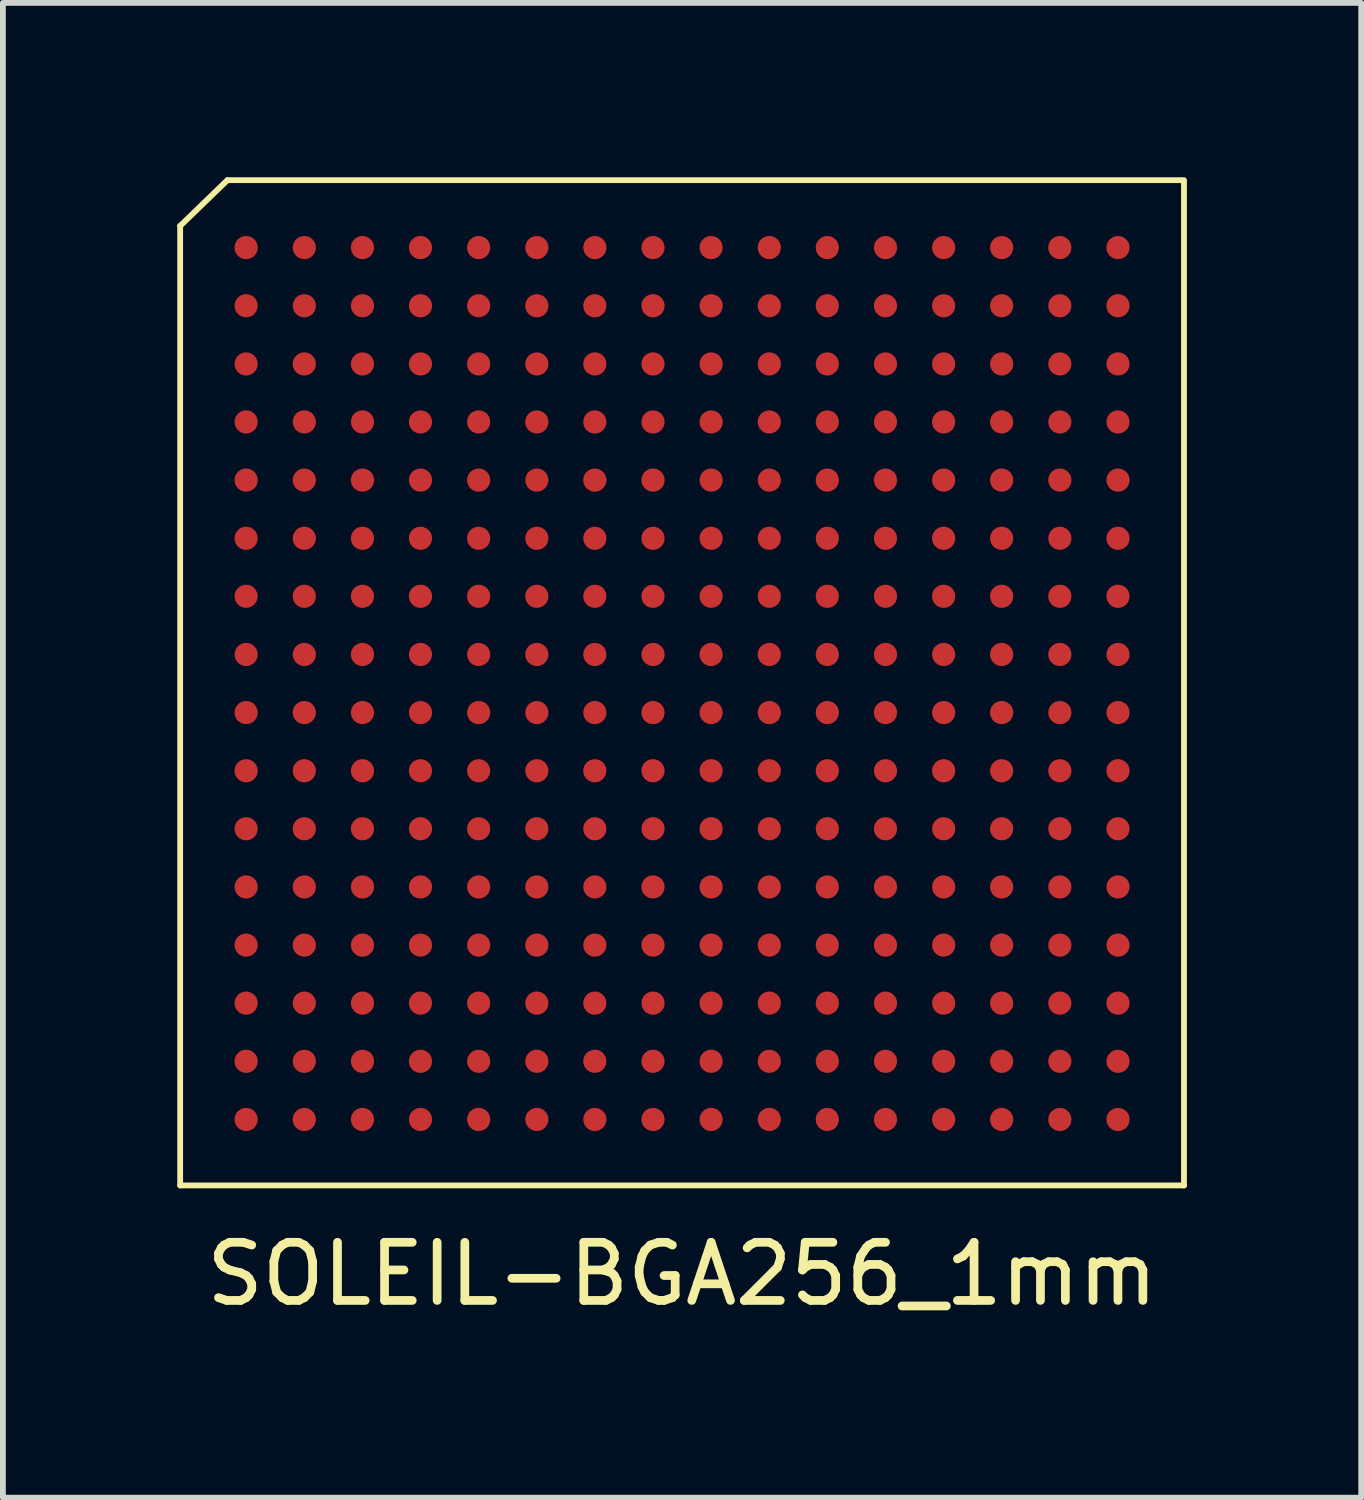
<source format=kicad_pcb>
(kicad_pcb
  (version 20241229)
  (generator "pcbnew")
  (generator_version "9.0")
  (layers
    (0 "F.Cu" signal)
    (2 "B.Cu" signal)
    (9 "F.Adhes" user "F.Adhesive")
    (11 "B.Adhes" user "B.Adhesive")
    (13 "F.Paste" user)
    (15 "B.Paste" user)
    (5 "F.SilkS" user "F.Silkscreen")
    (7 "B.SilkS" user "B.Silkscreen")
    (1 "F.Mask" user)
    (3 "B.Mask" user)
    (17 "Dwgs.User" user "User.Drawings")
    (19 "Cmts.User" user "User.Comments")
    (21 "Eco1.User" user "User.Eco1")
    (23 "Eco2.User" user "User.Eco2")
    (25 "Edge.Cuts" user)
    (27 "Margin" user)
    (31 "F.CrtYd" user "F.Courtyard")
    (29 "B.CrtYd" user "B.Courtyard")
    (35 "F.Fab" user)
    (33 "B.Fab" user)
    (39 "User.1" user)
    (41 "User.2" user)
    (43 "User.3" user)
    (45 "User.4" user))
  (footprint "SOLEIL-BGA256_1mm"
    (layer "F.Cu")
    (at 8.686 8.711)
    (property "Reference" "SOLEIL-BGA256_1mm" (at 0 10.16 0) (layer "F.SilkS") (effects (font (size 1 1) (thickness 0.15))))
    (attr smd)
    (fp_line (start -8.636 -7.874) (end -8.636 8.636) (stroke (width 0.1) (type solid)) (layer "F.SilkS"))
    (fp_line (start -7.823 -8.661) (end -8.636 -7.874) (stroke (width 0.1) (type solid)) (layer "F.SilkS"))
    (fp_line (start 8.636 -8.661) (end -7.823 -8.661) (stroke (width 0.1) (type solid)) (layer "F.SilkS"))
    (fp_line (start 8.636 -8.636) (end 8.636 8.636) (stroke (width 0.1) (type solid)) (layer "F.SilkS"))
    (fp_line (start 8.636 8.636) (end -8.636 8.636) (stroke (width 0.1) (type solid)) (layer "F.SilkS"))
    (pad "A1" smd circle (at -7.501 -7.501) (size 0.399 0.399) (layers "F.Cu" "F.Mask" "F.Paste"))
    (pad "A2" smd circle (at -6.5 -7.501) (size 0.399 0.399) (layers "F.Cu" "F.Mask" "F.Paste"))
    (pad "A3" smd circle (at -5.499 -7.501) (size 0.399 0.399) (layers "F.Cu" "F.Mask" "F.Paste"))
    (pad "A4" smd circle (at -4.501 -7.501) (size 0.399 0.399) (layers "F.Cu" "F.Mask" "F.Paste"))
    (pad "A5" smd circle (at -3.5 -7.501) (size 0.399 0.399) (layers "F.Cu" "F.Mask" "F.Paste"))
    (pad "A6" smd circle (at -2.499 -7.501) (size 0.399 0.399) (layers "F.Cu" "F.Mask" "F.Paste"))
    (pad "A7" smd circle (at -1.501 -7.501) (size 0.399 0.399) (layers "F.Cu" "F.Mask" "F.Paste"))
    (pad "A8" smd circle (at -0.5 -7.501) (size 0.399 0.399) (layers "F.Cu" "F.Mask" "F.Paste"))
    (pad "A9" smd circle (at 0.5 -7.501) (size 0.399 0.399) (layers "F.Cu" "F.Mask" "F.Paste"))
    (pad "A10" smd circle (at 1.501 -7.501) (size 0.399 0.399) (layers "F.Cu" "F.Mask" "F.Paste"))
    (pad "A11" smd circle (at 2.499 -7.501) (size 0.399 0.399) (layers "F.Cu" "F.Mask" "F.Paste"))
    (pad "A12" smd circle (at 3.5 -7.501) (size 0.399 0.399) (layers "F.Cu" "F.Mask" "F.Paste"))
    (pad "A13" smd circle (at 4.501 -7.501) (size 0.399 0.399) (layers "F.Cu" "F.Mask" "F.Paste"))
    (pad "A14" smd circle (at 5.499 -7.501) (size 0.399 0.399) (layers "F.Cu" "F.Mask" "F.Paste"))
    (pad "A15" smd circle (at 6.5 -7.501) (size 0.399 0.399) (layers "F.Cu" "F.Mask" "F.Paste"))
    (pad "A16" smd circle (at 7.501 -7.501) (size 0.399 0.399) (layers "F.Cu" "F.Mask" "F.Paste"))
    (pad "B1" smd circle (at -7.501 -6.5) (size 0.399 0.399) (layers "F.Cu" "F.Mask" "F.Paste"))
    (pad "B2" smd circle (at -6.5 -6.5) (size 0.399 0.399) (layers "F.Cu" "F.Mask" "F.Paste"))
    (pad "B3" smd circle (at -5.499 -6.5) (size 0.399 0.399) (layers "F.Cu" "F.Mask" "F.Paste"))
    (pad "B4" smd circle (at -4.501 -6.5) (size 0.399 0.399) (layers "F.Cu" "F.Mask" "F.Paste"))
    (pad "B5" smd circle (at -3.5 -6.5) (size 0.399 0.399) (layers "F.Cu" "F.Mask" "F.Paste"))
    (pad "B6" smd circle (at -2.499 -6.5) (size 0.399 0.399) (layers "F.Cu" "F.Mask" "F.Paste"))
    (pad "B7" smd circle (at -1.501 -6.5) (size 0.399 0.399) (layers "F.Cu" "F.Mask" "F.Paste"))
    (pad "B8" smd circle (at -0.5 -6.5) (size 0.399 0.399) (layers "F.Cu" "F.Mask" "F.Paste"))
    (pad "B9" smd circle (at 0.5 -6.5) (size 0.399 0.399) (layers "F.Cu" "F.Mask" "F.Paste"))
    (pad "B10" smd circle (at 1.501 -6.5) (size 0.399 0.399) (layers "F.Cu" "F.Mask" "F.Paste"))
    (pad "B11" smd circle (at 2.499 -6.5) (size 0.399 0.399) (layers "F.Cu" "F.Mask" "F.Paste"))
    (pad "B12" smd circle (at 3.5 -6.5) (size 0.399 0.399) (layers "F.Cu" "F.Mask" "F.Paste"))
    (pad "B13" smd circle (at 4.501 -6.5) (size 0.399 0.399) (layers "F.Cu" "F.Mask" "F.Paste"))
    (pad "B14" smd circle (at 5.499 -6.5) (size 0.399 0.399) (layers "F.Cu" "F.Mask" "F.Paste"))
    (pad "B15" smd circle (at 6.5 -6.5) (size 0.399 0.399) (layers "F.Cu" "F.Mask" "F.Paste"))
    (pad "B16" smd circle (at 7.501 -6.5) (size 0.399 0.399) (layers "F.Cu" "F.Mask" "F.Paste"))
    (pad "C1" smd circle (at -7.501 -5.499) (size 0.399 0.399) (layers "F.Cu" "F.Mask" "F.Paste"))
    (pad "C2" smd circle (at -6.5 -5.499) (size 0.399 0.399) (layers "F.Cu" "F.Mask" "F.Paste"))
    (pad "C3" smd circle (at -5.499 -5.499) (size 0.399 0.399) (layers "F.Cu" "F.Mask" "F.Paste"))
    (pad "C4" smd circle (at -4.501 -5.499) (size 0.399 0.399) (layers "F.Cu" "F.Mask" "F.Paste"))
    (pad "C5" smd circle (at -3.5 -5.499) (size 0.399 0.399) (layers "F.Cu" "F.Mask" "F.Paste"))
    (pad "C6" smd circle (at -2.499 -5.499) (size 0.399 0.399) (layers "F.Cu" "F.Mask" "F.Paste"))
    (pad "C7" smd circle (at -1.501 -5.499) (size 0.399 0.399) (layers "F.Cu" "F.Mask" "F.Paste"))
    (pad "C8" smd circle (at -0.5 -5.499) (size 0.399 0.399) (layers "F.Cu" "F.Mask" "F.Paste"))
    (pad "C9" smd circle (at 0.5 -5.499) (size 0.399 0.399) (layers "F.Cu" "F.Mask" "F.Paste"))
    (pad "C10" smd circle (at 1.501 -5.499) (size 0.399 0.399) (layers "F.Cu" "F.Mask" "F.Paste"))
    (pad "C11" smd circle (at 2.499 -5.499) (size 0.399 0.399) (layers "F.Cu" "F.Mask" "F.Paste"))
    (pad "C12" smd circle (at 3.5 -5.499) (size 0.399 0.399) (layers "F.Cu" "F.Mask" "F.Paste"))
    (pad "C13" smd circle (at 4.501 -5.499) (size 0.399 0.399) (layers "F.Cu" "F.Mask" "F.Paste"))
    (pad "C14" smd circle (at 5.499 -5.499) (size 0.399 0.399) (layers "F.Cu" "F.Mask" "F.Paste"))
    (pad "C15" smd circle (at 6.5 -5.499) (size 0.399 0.399) (layers "F.Cu" "F.Mask" "F.Paste"))
    (pad "C16" smd circle (at 7.501 -5.499) (size 0.399 0.399) (layers "F.Cu" "F.Mask" "F.Paste"))
    (pad "D1" smd circle (at -7.501 -4.501) (size 0.399 0.399) (layers "F.Cu" "F.Mask" "F.Paste"))
    (pad "D2" smd circle (at -6.5 -4.501) (size 0.399 0.399) (layers "F.Cu" "F.Mask" "F.Paste"))
    (pad "D3" smd circle (at -5.499 -4.501) (size 0.399 0.399) (layers "F.Cu" "F.Mask" "F.Paste"))
    (pad "D4" smd circle (at -4.501 -4.501) (size 0.399 0.399) (layers "F.Cu" "F.Mask" "F.Paste"))
    (pad "D5" smd circle (at -3.5 -4.501) (size 0.399 0.399) (layers "F.Cu" "F.Mask" "F.Paste"))
    (pad "D6" smd circle (at -2.499 -4.501) (size 0.399 0.399) (layers "F.Cu" "F.Mask" "F.Paste"))
    (pad "D7" smd circle (at -1.501 -4.501) (size 0.399 0.399) (layers "F.Cu" "F.Mask" "F.Paste"))
    (pad "D8" smd circle (at -0.5 -4.501) (size 0.399 0.399) (layers "F.Cu" "F.Mask" "F.Paste"))
    (pad "D9" smd circle (at 0.5 -4.501) (size 0.399 0.399) (layers "F.Cu" "F.Mask" "F.Paste"))
    (pad "D10" smd circle (at 1.501 -4.501) (size 0.399 0.399) (layers "F.Cu" "F.Mask" "F.Paste"))
    (pad "D11" smd circle (at 2.499 -4.501) (size 0.399 0.399) (layers "F.Cu" "F.Mask" "F.Paste"))
    (pad "D12" smd circle (at 3.5 -4.501) (size 0.399 0.399) (layers "F.Cu" "F.Mask" "F.Paste"))
    (pad "D13" smd circle (at 4.501 -4.501) (size 0.399 0.399) (layers "F.Cu" "F.Mask" "F.Paste"))
    (pad "D14" smd circle (at 5.499 -4.501) (size 0.399 0.399) (layers "F.Cu" "F.Mask" "F.Paste"))
    (pad "D15" smd circle (at 6.5 -4.501) (size 0.399 0.399) (layers "F.Cu" "F.Mask" "F.Paste"))
    (pad "D16" smd circle (at 7.501 -4.501) (size 0.399 0.399) (layers "F.Cu" "F.Mask" "F.Paste"))
    (pad "E1" smd circle (at -7.501 -3.5) (size 0.399 0.399) (layers "F.Cu" "F.Mask" "F.Paste"))
    (pad "E2" smd circle (at -6.5 -3.5) (size 0.399 0.399) (layers "F.Cu" "F.Mask" "F.Paste"))
    (pad "E3" smd circle (at -5.499 -3.5) (size 0.399 0.399) (layers "F.Cu" "F.Mask" "F.Paste"))
    (pad "E4" smd circle (at -4.501 -3.5) (size 0.399 0.399) (layers "F.Cu" "F.Mask" "F.Paste"))
    (pad "E5" smd circle (at -3.5 -3.5) (size 0.399 0.399) (layers "F.Cu" "F.Mask" "F.Paste"))
    (pad "E6" smd circle (at -2.499 -3.5) (size 0.399 0.399) (layers "F.Cu" "F.Mask" "F.Paste"))
    (pad "E7" smd circle (at -1.501 -3.5) (size 0.399 0.399) (layers "F.Cu" "F.Mask" "F.Paste"))
    (pad "E8" smd circle (at -0.5 -3.5) (size 0.399 0.399) (layers "F.Cu" "F.Mask" "F.Paste"))
    (pad "E9" smd circle (at 0.5 -3.5) (size 0.399 0.399) (layers "F.Cu" "F.Mask" "F.Paste"))
    (pad "E10" smd circle (at 1.501 -3.5) (size 0.399 0.399) (layers "F.Cu" "F.Mask" "F.Paste"))
    (pad "E11" smd circle (at 2.499 -3.5) (size 0.399 0.399) (layers "F.Cu" "F.Mask" "F.Paste"))
    (pad "E12" smd circle (at 3.5 -3.5) (size 0.399 0.399) (layers "F.Cu" "F.Mask" "F.Paste"))
    (pad "E13" smd circle (at 4.501 -3.5) (size 0.399 0.399) (layers "F.Cu" "F.Mask" "F.Paste"))
    (pad "E14" smd circle (at 5.499 -3.5) (size 0.399 0.399) (layers "F.Cu" "F.Mask" "F.Paste"))
    (pad "E15" smd circle (at 6.5 -3.5) (size 0.399 0.399) (layers "F.Cu" "F.Mask" "F.Paste"))
    (pad "E16" smd circle (at 7.501 -3.5) (size 0.399 0.399) (layers "F.Cu" "F.Mask" "F.Paste"))
    (pad "F1" smd circle (at -7.501 -2.499) (size 0.399 0.399) (layers "F.Cu" "F.Mask" "F.Paste"))
    (pad "F2" smd circle (at -6.5 -2.499) (size 0.399 0.399) (layers "F.Cu" "F.Mask" "F.Paste"))
    (pad "F3" smd circle (at -5.499 -2.499) (size 0.399 0.399) (layers "F.Cu" "F.Mask" "F.Paste"))
    (pad "F4" smd circle (at -4.501 -2.499) (size 0.399 0.399) (layers "F.Cu" "F.Mask" "F.Paste"))
    (pad "F5" smd circle (at -3.5 -2.499) (size 0.399 0.399) (layers "F.Cu" "F.Mask" "F.Paste"))
    (pad "F6" smd circle (at -2.499 -2.499) (size 0.399 0.399) (layers "F.Cu" "F.Mask" "F.Paste"))
    (pad "F7" smd circle (at -1.501 -2.499) (size 0.399 0.399) (layers "F.Cu" "F.Mask" "F.Paste"))
    (pad "F8" smd circle (at -0.5 -2.499) (size 0.399 0.399) (layers "F.Cu" "F.Mask" "F.Paste"))
    (pad "F9" smd circle (at 0.5 -2.499) (size 0.399 0.399) (layers "F.Cu" "F.Mask" "F.Paste"))
    (pad "F10" smd circle (at 1.501 -2.499) (size 0.399 0.399) (layers "F.Cu" "F.Mask" "F.Paste"))
    (pad "F11" smd circle (at 2.499 -2.499) (size 0.399 0.399) (layers "F.Cu" "F.Mask" "F.Paste"))
    (pad "F12" smd circle (at 3.5 -2.499) (size 0.399 0.399) (layers "F.Cu" "F.Mask" "F.Paste"))
    (pad "F13" smd circle (at 4.501 -2.499) (size 0.399 0.399) (layers "F.Cu" "F.Mask" "F.Paste"))
    (pad "F14" smd circle (at 5.499 -2.499) (size 0.399 0.399) (layers "F.Cu" "F.Mask" "F.Paste"))
    (pad "F15" smd circle (at 6.5 -2.499) (size 0.399 0.399) (layers "F.Cu" "F.Mask" "F.Paste"))
    (pad "F16" smd circle (at 7.501 -2.499) (size 0.399 0.399) (layers "F.Cu" "F.Mask" "F.Paste"))
    (pad "G1" smd circle (at -7.501 -1.501) (size 0.399 0.399) (layers "F.Cu" "F.Mask" "F.Paste"))
    (pad "G2" smd circle (at -6.5 -1.501) (size 0.399 0.399) (layers "F.Cu" "F.Mask" "F.Paste"))
    (pad "G3" smd circle (at -5.499 -1.501) (size 0.399 0.399) (layers "F.Cu" "F.Mask" "F.Paste"))
    (pad "G4" smd circle (at -4.501 -1.501) (size 0.399 0.399) (layers "F.Cu" "F.Mask" "F.Paste"))
    (pad "G5" smd circle (at -3.5 -1.501) (size 0.399 0.399) (layers "F.Cu" "F.Mask" "F.Paste"))
    (pad "G6" smd circle (at -2.499 -1.501) (size 0.399 0.399) (layers "F.Cu" "F.Mask" "F.Paste"))
    (pad "G7" smd circle (at -1.501 -1.501) (size 0.399 0.399) (layers "F.Cu" "F.Mask" "F.Paste"))
    (pad "G8" smd circle (at -0.5 -1.501) (size 0.399 0.399) (layers "F.Cu" "F.Mask" "F.Paste"))
    (pad "G9" smd circle (at 0.5 -1.501) (size 0.399 0.399) (layers "F.Cu" "F.Mask" "F.Paste"))
    (pad "G10" smd circle (at 1.501 -1.501) (size 0.399 0.399) (layers "F.Cu" "F.Mask" "F.Paste"))
    (pad "G11" smd circle (at 2.499 -1.501) (size 0.399 0.399) (layers "F.Cu" "F.Mask" "F.Paste"))
    (pad "G12" smd circle (at 3.5 -1.501) (size 0.399 0.399) (layers "F.Cu" "F.Mask" "F.Paste"))
    (pad "G13" smd circle (at 4.501 -1.501) (size 0.399 0.399) (layers "F.Cu" "F.Mask" "F.Paste"))
    (pad "G14" smd circle (at 5.499 -1.501) (size 0.399 0.399) (layers "F.Cu" "F.Mask" "F.Paste"))
    (pad "G15" smd circle (at 6.5 -1.501) (size 0.399 0.399) (layers "F.Cu" "F.Mask" "F.Paste"))
    (pad "G16" smd circle (at 7.501 -1.501) (size 0.399 0.399) (layers "F.Cu" "F.Mask" "F.Paste"))
    (pad "H1" smd circle (at -7.501 -0.5) (size 0.399 0.399) (layers "F.Cu" "F.Mask" "F.Paste"))
    (pad "H2" smd circle (at -6.5 -0.5) (size 0.399 0.399) (layers "F.Cu" "F.Mask" "F.Paste"))
    (pad "H3" smd circle (at -5.499 -0.5) (size 0.399 0.399) (layers "F.Cu" "F.Mask" "F.Paste"))
    (pad "H4" smd circle (at -4.501 -0.5) (size 0.399 0.399) (layers "F.Cu" "F.Mask" "F.Paste"))
    (pad "H5" smd circle (at -3.5 -0.5) (size 0.399 0.399) (layers "F.Cu" "F.Mask" "F.Paste"))
    (pad "H6" smd circle (at -2.499 -0.5) (size 0.399 0.399) (layers "F.Cu" "F.Mask" "F.Paste"))
    (pad "H7" smd circle (at -1.501 -0.5) (size 0.399 0.399) (layers "F.Cu" "F.Mask" "F.Paste"))
    (pad "H8" smd circle (at -0.5 -0.5) (size 0.399 0.399) (layers "F.Cu" "F.Mask" "F.Paste"))
    (pad "H9" smd circle (at 0.5 -0.5) (size 0.399 0.399) (layers "F.Cu" "F.Mask" "F.Paste"))
    (pad "H10" smd circle (at 1.501 -0.5) (size 0.399 0.399) (layers "F.Cu" "F.Mask" "F.Paste"))
    (pad "H11" smd circle (at 2.499 -0.5) (size 0.399 0.399) (layers "F.Cu" "F.Mask" "F.Paste"))
    (pad "H12" smd circle (at 3.5 -0.5) (size 0.399 0.399) (layers "F.Cu" "F.Mask" "F.Paste"))
    (pad "H13" smd circle (at 4.501 -0.5) (size 0.399 0.399) (layers "F.Cu" "F.Mask" "F.Paste"))
    (pad "H14" smd circle (at 5.499 -0.5) (size 0.399 0.399) (layers "F.Cu" "F.Mask" "F.Paste"))
    (pad "H15" smd circle (at 6.5 -0.5) (size 0.399 0.399) (layers "F.Cu" "F.Mask" "F.Paste"))
    (pad "H16" smd circle (at 7.501 -0.5) (size 0.399 0.399) (layers "F.Cu" "F.Mask" "F.Paste"))
    (pad "J1" smd circle (at -7.501 0.5) (size 0.399 0.399) (layers "F.Cu" "F.Mask" "F.Paste"))
    (pad "J2" smd circle (at -6.5 0.5) (size 0.399 0.399) (layers "F.Cu" "F.Mask" "F.Paste"))
    (pad "J3" smd circle (at -5.499 0.5) (size 0.399 0.399) (layers "F.Cu" "F.Mask" "F.Paste"))
    (pad "J4" smd circle (at -4.501 0.5) (size 0.399 0.399) (layers "F.Cu" "F.Mask" "F.Paste"))
    (pad "J5" smd circle (at -3.5 0.5) (size 0.399 0.399) (layers "F.Cu" "F.Mask" "F.Paste"))
    (pad "J6" smd circle (at -2.499 0.5) (size 0.399 0.399) (layers "F.Cu" "F.Mask" "F.Paste"))
    (pad "J7" smd circle (at -1.501 0.5) (size 0.399 0.399) (layers "F.Cu" "F.Mask" "F.Paste"))
    (pad "J8" smd circle (at -0.5 0.5) (size 0.399 0.399) (layers "F.Cu" "F.Mask" "F.Paste"))
    (pad "J9" smd circle (at 0.5 0.5) (size 0.399 0.399) (layers "F.Cu" "F.Mask" "F.Paste"))
    (pad "J10" smd circle (at 1.501 0.5) (size 0.399 0.399) (layers "F.Cu" "F.Mask" "F.Paste"))
    (pad "J11" smd circle (at 2.499 0.5) (size 0.399 0.399) (layers "F.Cu" "F.Mask" "F.Paste"))
    (pad "J12" smd circle (at 3.5 0.5) (size 0.399 0.399) (layers "F.Cu" "F.Mask" "F.Paste"))
    (pad "J13" smd circle (at 4.501 0.5) (size 0.399 0.399) (layers "F.Cu" "F.Mask" "F.Paste"))
    (pad "J14" smd circle (at 5.499 0.5) (size 0.399 0.399) (layers "F.Cu" "F.Mask" "F.Paste"))
    (pad "J15" smd circle (at 6.5 0.5) (size 0.399 0.399) (layers "F.Cu" "F.Mask" "F.Paste"))
    (pad "J16" smd circle (at 7.501 0.5) (size 0.399 0.399) (layers "F.Cu" "F.Mask" "F.Paste"))
    (pad "K1" smd circle (at -7.501 1.501) (size 0.399 0.399) (layers "F.Cu" "F.Mask" "F.Paste"))
    (pad "K2" smd circle (at -6.5 1.501) (size 0.399 0.399) (layers "F.Cu" "F.Mask" "F.Paste"))
    (pad "K3" smd circle (at -5.499 1.501) (size 0.399 0.399) (layers "F.Cu" "F.Mask" "F.Paste"))
    (pad "K4" smd circle (at -4.501 1.501) (size 0.399 0.399) (layers "F.Cu" "F.Mask" "F.Paste"))
    (pad "K5" smd circle (at -3.5 1.501) (size 0.399 0.399) (layers "F.Cu" "F.Mask" "F.Paste"))
    (pad "K6" smd circle (at -2.499 1.501) (size 0.399 0.399) (layers "F.Cu" "F.Mask" "F.Paste"))
    (pad "K7" smd circle (at -1.501 1.501) (size 0.399 0.399) (layers "F.Cu" "F.Mask" "F.Paste"))
    (pad "K8" smd circle (at -0.5 1.501) (size 0.399 0.399) (layers "F.Cu" "F.Mask" "F.Paste"))
    (pad "K9" smd circle (at 0.5 1.501) (size 0.399 0.399) (layers "F.Cu" "F.Mask" "F.Paste"))
    (pad "K10" smd circle (at 1.501 1.501) (size 0.399 0.399) (layers "F.Cu" "F.Mask" "F.Paste"))
    (pad "K11" smd circle (at 2.499 1.501) (size 0.399 0.399) (layers "F.Cu" "F.Mask" "F.Paste"))
    (pad "K12" smd circle (at 3.5 1.501) (size 0.399 0.399) (layers "F.Cu" "F.Mask" "F.Paste"))
    (pad "K13" smd circle (at 4.501 1.501) (size 0.399 0.399) (layers "F.Cu" "F.Mask" "F.Paste"))
    (pad "K14" smd circle (at 5.499 1.501) (size 0.399 0.399) (layers "F.Cu" "F.Mask" "F.Paste"))
    (pad "K15" smd circle (at 6.5 1.501) (size 0.399 0.399) (layers "F.Cu" "F.Mask" "F.Paste"))
    (pad "K16" smd circle (at 7.501 1.501) (size 0.399 0.399) (layers "F.Cu" "F.Mask" "F.Paste"))
    (pad "L1" smd circle (at -7.501 2.499) (size 0.399 0.399) (layers "F.Cu" "F.Mask" "F.Paste"))
    (pad "L2" smd circle (at -6.5 2.499) (size 0.399 0.399) (layers "F.Cu" "F.Mask" "F.Paste"))
    (pad "L3" smd circle (at -5.499 2.499) (size 0.399 0.399) (layers "F.Cu" "F.Mask" "F.Paste"))
    (pad "L4" smd circle (at -4.501 2.499) (size 0.399 0.399) (layers "F.Cu" "F.Mask" "F.Paste"))
    (pad "L5" smd circle (at -3.5 2.499) (size 0.399 0.399) (layers "F.Cu" "F.Mask" "F.Paste"))
    (pad "L6" smd circle (at -2.499 2.499) (size 0.399 0.399) (layers "F.Cu" "F.Mask" "F.Paste"))
    (pad "L7" smd circle (at -1.501 2.499) (size 0.399 0.399) (layers "F.Cu" "F.Mask" "F.Paste"))
    (pad "L8" smd circle (at -0.5 2.499) (size 0.399 0.399) (layers "F.Cu" "F.Mask" "F.Paste"))
    (pad "L9" smd circle (at 0.5 2.499) (size 0.399 0.399) (layers "F.Cu" "F.Mask" "F.Paste"))
    (pad "L10" smd circle (at 1.501 2.499) (size 0.399 0.399) (layers "F.Cu" "F.Mask" "F.Paste"))
    (pad "L11" smd circle (at 2.499 2.499) (size 0.399 0.399) (layers "F.Cu" "F.Mask" "F.Paste"))
    (pad "L12" smd circle (at 3.5 2.499) (size 0.399 0.399) (layers "F.Cu" "F.Mask" "F.Paste"))
    (pad "L13" smd circle (at 4.501 2.499) (size 0.399 0.399) (layers "F.Cu" "F.Mask" "F.Paste"))
    (pad "L14" smd circle (at 5.499 2.499) (size 0.399 0.399) (layers "F.Cu" "F.Mask" "F.Paste"))
    (pad "L15" smd circle (at 6.5 2.499) (size 0.399 0.399) (layers "F.Cu" "F.Mask" "F.Paste"))
    (pad "L16" smd circle (at 7.501 2.499) (size 0.399 0.399) (layers "F.Cu" "F.Mask" "F.Paste"))
    (pad "M1" smd circle (at -7.501 3.5) (size 0.399 0.399) (layers "F.Cu" "F.Mask" "F.Paste"))
    (pad "M2" smd circle (at -6.5 3.5) (size 0.399 0.399) (layers "F.Cu" "F.Mask" "F.Paste"))
    (pad "M3" smd circle (at -5.499 3.5) (size 0.399 0.399) (layers "F.Cu" "F.Mask" "F.Paste"))
    (pad "M4" smd circle (at -4.501 3.5) (size 0.399 0.399) (layers "F.Cu" "F.Mask" "F.Paste"))
    (pad "M5" smd circle (at -3.5 3.5) (size 0.399 0.399) (layers "F.Cu" "F.Mask" "F.Paste"))
    (pad "M6" smd circle (at -2.499 3.5) (size 0.399 0.399) (layers "F.Cu" "F.Mask" "F.Paste"))
    (pad "M7" smd circle (at -1.501 3.5) (size 0.399 0.399) (layers "F.Cu" "F.Mask" "F.Paste"))
    (pad "M8" smd circle (at -0.5 3.5) (size 0.399 0.399) (layers "F.Cu" "F.Mask" "F.Paste"))
    (pad "M9" smd circle (at 0.5 3.5) (size 0.399 0.399) (layers "F.Cu" "F.Mask" "F.Paste"))
    (pad "M10" smd circle (at 1.501 3.5) (size 0.399 0.399) (layers "F.Cu" "F.Mask" "F.Paste"))
    (pad "M11" smd circle (at 2.499 3.5) (size 0.399 0.399) (layers "F.Cu" "F.Mask" "F.Paste"))
    (pad "M12" smd circle (at 3.5 3.5) (size 0.399 0.399) (layers "F.Cu" "F.Mask" "F.Paste"))
    (pad "M13" smd circle (at 4.501 3.5) (size 0.399 0.399) (layers "F.Cu" "F.Mask" "F.Paste"))
    (pad "M14" smd circle (at 5.499 3.5) (size 0.399 0.399) (layers "F.Cu" "F.Mask" "F.Paste"))
    (pad "M15" smd circle (at 6.5 3.5) (size 0.399 0.399) (layers "F.Cu" "F.Mask" "F.Paste"))
    (pad "M16" smd circle (at 7.501 3.5) (size 0.399 0.399) (layers "F.Cu" "F.Mask" "F.Paste"))
    (pad "N1" smd circle (at -7.501 4.501) (size 0.399 0.399) (layers "F.Cu" "F.Mask" "F.Paste"))
    (pad "N2" smd circle (at -6.5 4.501) (size 0.399 0.399) (layers "F.Cu" "F.Mask" "F.Paste"))
    (pad "N3" smd circle (at -5.499 4.501) (size 0.399 0.399) (layers "F.Cu" "F.Mask" "F.Paste"))
    (pad "N4" smd circle (at -4.501 4.501) (size 0.399 0.399) (layers "F.Cu" "F.Mask" "F.Paste"))
    (pad "N5" smd circle (at -3.5 4.501) (size 0.399 0.399) (layers "F.Cu" "F.Mask" "F.Paste"))
    (pad "N6" smd circle (at -2.499 4.501) (size 0.399 0.399) (layers "F.Cu" "F.Mask" "F.Paste"))
    (pad "N7" smd circle (at -1.501 4.501) (size 0.399 0.399) (layers "F.Cu" "F.Mask" "F.Paste"))
    (pad "N8" smd circle (at -0.5 4.501) (size 0.399 0.399) (layers "F.Cu" "F.Mask" "F.Paste"))
    (pad "N9" smd circle (at 0.5 4.501) (size 0.399 0.399) (layers "F.Cu" "F.Mask" "F.Paste"))
    (pad "N10" smd circle (at 1.501 4.501) (size 0.399 0.399) (layers "F.Cu" "F.Mask" "F.Paste"))
    (pad "N11" smd circle (at 2.499 4.501) (size 0.399 0.399) (layers "F.Cu" "F.Mask" "F.Paste"))
    (pad "N12" smd circle (at 3.5 4.501) (size 0.399 0.399) (layers "F.Cu" "F.Mask" "F.Paste"))
    (pad "N13" smd circle (at 4.501 4.501) (size 0.399 0.399) (layers "F.Cu" "F.Mask" "F.Paste"))
    (pad "N14" smd circle (at 5.499 4.501) (size 0.399 0.399) (layers "F.Cu" "F.Mask" "F.Paste"))
    (pad "N15" smd circle (at 6.5 4.501) (size 0.399 0.399) (layers "F.Cu" "F.Mask" "F.Paste"))
    (pad "N16" smd circle (at 7.501 4.501) (size 0.399 0.399) (layers "F.Cu" "F.Mask" "F.Paste"))
    (pad "P1" smd circle (at -7.501 5.499) (size 0.399 0.399) (layers "F.Cu" "F.Mask" "F.Paste"))
    (pad "P2" smd circle (at -6.5 5.499) (size 0.399 0.399) (layers "F.Cu" "F.Mask" "F.Paste"))
    (pad "P3" smd circle (at -5.499 5.499) (size 0.399 0.399) (layers "F.Cu" "F.Mask" "F.Paste"))
    (pad "P4" smd circle (at -4.501 5.499) (size 0.399 0.399) (layers "F.Cu" "F.Mask" "F.Paste"))
    (pad "P5" smd circle (at -3.5 5.499) (size 0.399 0.399) (layers "F.Cu" "F.Mask" "F.Paste"))
    (pad "P6" smd circle (at -2.499 5.499) (size 0.399 0.399) (layers "F.Cu" "F.Mask" "F.Paste"))
    (pad "P7" smd circle (at -1.501 5.499) (size 0.399 0.399) (layers "F.Cu" "F.Mask" "F.Paste"))
    (pad "P8" smd circle (at -0.5 5.499) (size 0.399 0.399) (layers "F.Cu" "F.Mask" "F.Paste"))
    (pad "P9" smd circle (at 0.5 5.499) (size 0.399 0.399) (layers "F.Cu" "F.Mask" "F.Paste"))
    (pad "P10" smd circle (at 1.501 5.499) (size 0.399 0.399) (layers "F.Cu" "F.Mask" "F.Paste"))
    (pad "P11" smd circle (at 2.499 5.499) (size 0.399 0.399) (layers "F.Cu" "F.Mask" "F.Paste"))
    (pad "P12" smd circle (at 3.5 5.499) (size 0.399 0.399) (layers "F.Cu" "F.Mask" "F.Paste"))
    (pad "P13" smd circle (at 4.501 5.499) (size 0.399 0.399) (layers "F.Cu" "F.Mask" "F.Paste"))
    (pad "P14" smd circle (at 5.499 5.499) (size 0.399 0.399) (layers "F.Cu" "F.Mask" "F.Paste"))
    (pad "P15" smd circle (at 6.5 5.499) (size 0.399 0.399) (layers "F.Cu" "F.Mask" "F.Paste"))
    (pad "P16" smd circle (at 7.501 5.499) (size 0.399 0.399) (layers "F.Cu" "F.Mask" "F.Paste"))
    (pad "R1" smd circle (at -7.501 6.5) (size 0.399 0.399) (layers "F.Cu" "F.Mask" "F.Paste"))
    (pad "R2" smd circle (at -6.5 6.5) (size 0.399 0.399) (layers "F.Cu" "F.Mask" "F.Paste"))
    (pad "R3" smd circle (at -5.499 6.5) (size 0.399 0.399) (layers "F.Cu" "F.Mask" "F.Paste"))
    (pad "R4" smd circle (at -4.501 6.5) (size 0.399 0.399) (layers "F.Cu" "F.Mask" "F.Paste"))
    (pad "R5" smd circle (at -3.5 6.5) (size 0.399 0.399) (layers "F.Cu" "F.Mask" "F.Paste"))
    (pad "R6" smd circle (at -2.499 6.5) (size 0.399 0.399) (layers "F.Cu" "F.Mask" "F.Paste"))
    (pad "R7" smd circle (at -1.501 6.5) (size 0.399 0.399) (layers "F.Cu" "F.Mask" "F.Paste"))
    (pad "R8" smd circle (at -0.5 6.5) (size 0.399 0.399) (layers "F.Cu" "F.Mask" "F.Paste"))
    (pad "R9" smd circle (at 0.5 6.5) (size 0.399 0.399) (layers "F.Cu" "F.Mask" "F.Paste"))
    (pad "R10" smd circle (at 1.501 6.5) (size 0.399 0.399) (layers "F.Cu" "F.Mask" "F.Paste"))
    (pad "R11" smd circle (at 2.499 6.5) (size 0.399 0.399) (layers "F.Cu" "F.Mask" "F.Paste"))
    (pad "R12" smd circle (at 3.5 6.5) (size 0.399 0.399) (layers "F.Cu" "F.Mask" "F.Paste"))
    (pad "R13" smd circle (at 4.501 6.5) (size 0.399 0.399) (layers "F.Cu" "F.Mask" "F.Paste"))
    (pad "R14" smd circle (at 5.499 6.5) (size 0.399 0.399) (layers "F.Cu" "F.Mask" "F.Paste"))
    (pad "R15" smd circle (at 6.5 6.5) (size 0.399 0.399) (layers "F.Cu" "F.Mask" "F.Paste"))
    (pad "R16" smd circle (at 7.501 6.5) (size 0.399 0.399) (layers "F.Cu" "F.Mask" "F.Paste"))
    (pad "T1" smd circle (at -7.501 7.501) (size 0.399 0.399) (layers "F.Cu" "F.Mask" "F.Paste"))
    (pad "T2" smd circle (at -6.5 7.501) (size 0.399 0.399) (layers "F.Cu" "F.Mask" "F.Paste"))
    (pad "T3" smd circle (at -5.499 7.501) (size 0.399 0.399) (layers "F.Cu" "F.Mask" "F.Paste"))
    (pad "T4" smd circle (at -4.501 7.501) (size 0.399 0.399) (layers "F.Cu" "F.Mask" "F.Paste"))
    (pad "T5" smd circle (at -3.5 7.501) (size 0.399 0.399) (layers "F.Cu" "F.Mask" "F.Paste"))
    (pad "T6" smd circle (at -2.499 7.501) (size 0.399 0.399) (layers "F.Cu" "F.Mask" "F.Paste"))
    (pad "T7" smd circle (at -1.501 7.501) (size 0.399 0.399) (layers "F.Cu" "F.Mask" "F.Paste"))
    (pad "T8" smd circle (at -0.5 7.501) (size 0.399 0.399) (layers "F.Cu" "F.Mask" "F.Paste"))
    (pad "T9" smd circle (at 0.5 7.501) (size 0.399 0.399) (layers "F.Cu" "F.Mask" "F.Paste"))
    (pad "T10" smd circle (at 1.501 7.501) (size 0.399 0.399) (layers "F.Cu" "F.Mask" "F.Paste"))
    (pad "T11" smd circle (at 2.499 7.501) (size 0.399 0.399) (layers "F.Cu" "F.Mask" "F.Paste"))
    (pad "T12" smd circle (at 3.5 7.501) (size 0.399 0.399) (layers "F.Cu" "F.Mask" "F.Paste"))
    (pad "T13" smd circle (at 4.501 7.501) (size 0.399 0.399) (layers "F.Cu" "F.Mask" "F.Paste"))
    (pad "T14" smd circle (at 5.499 7.501) (size 0.399 0.399) (layers "F.Cu" "F.Mask" "F.Paste"))
    (pad "T15" smd circle (at 6.5 7.501) (size 0.399 0.399) (layers "F.Cu" "F.Mask" "F.Paste"))
    (pad "T16" smd circle (at 7.501 7.501) (size 0.399 0.399) (layers "F.Cu" "F.Mask" "F.Paste")))
  (gr_rect
    (start -3 -3)
    (end 20.372 22.72)
    (stroke (width 0.1) (type default))
    (fill no)
    (layer "Edge.Cuts")))
</source>
